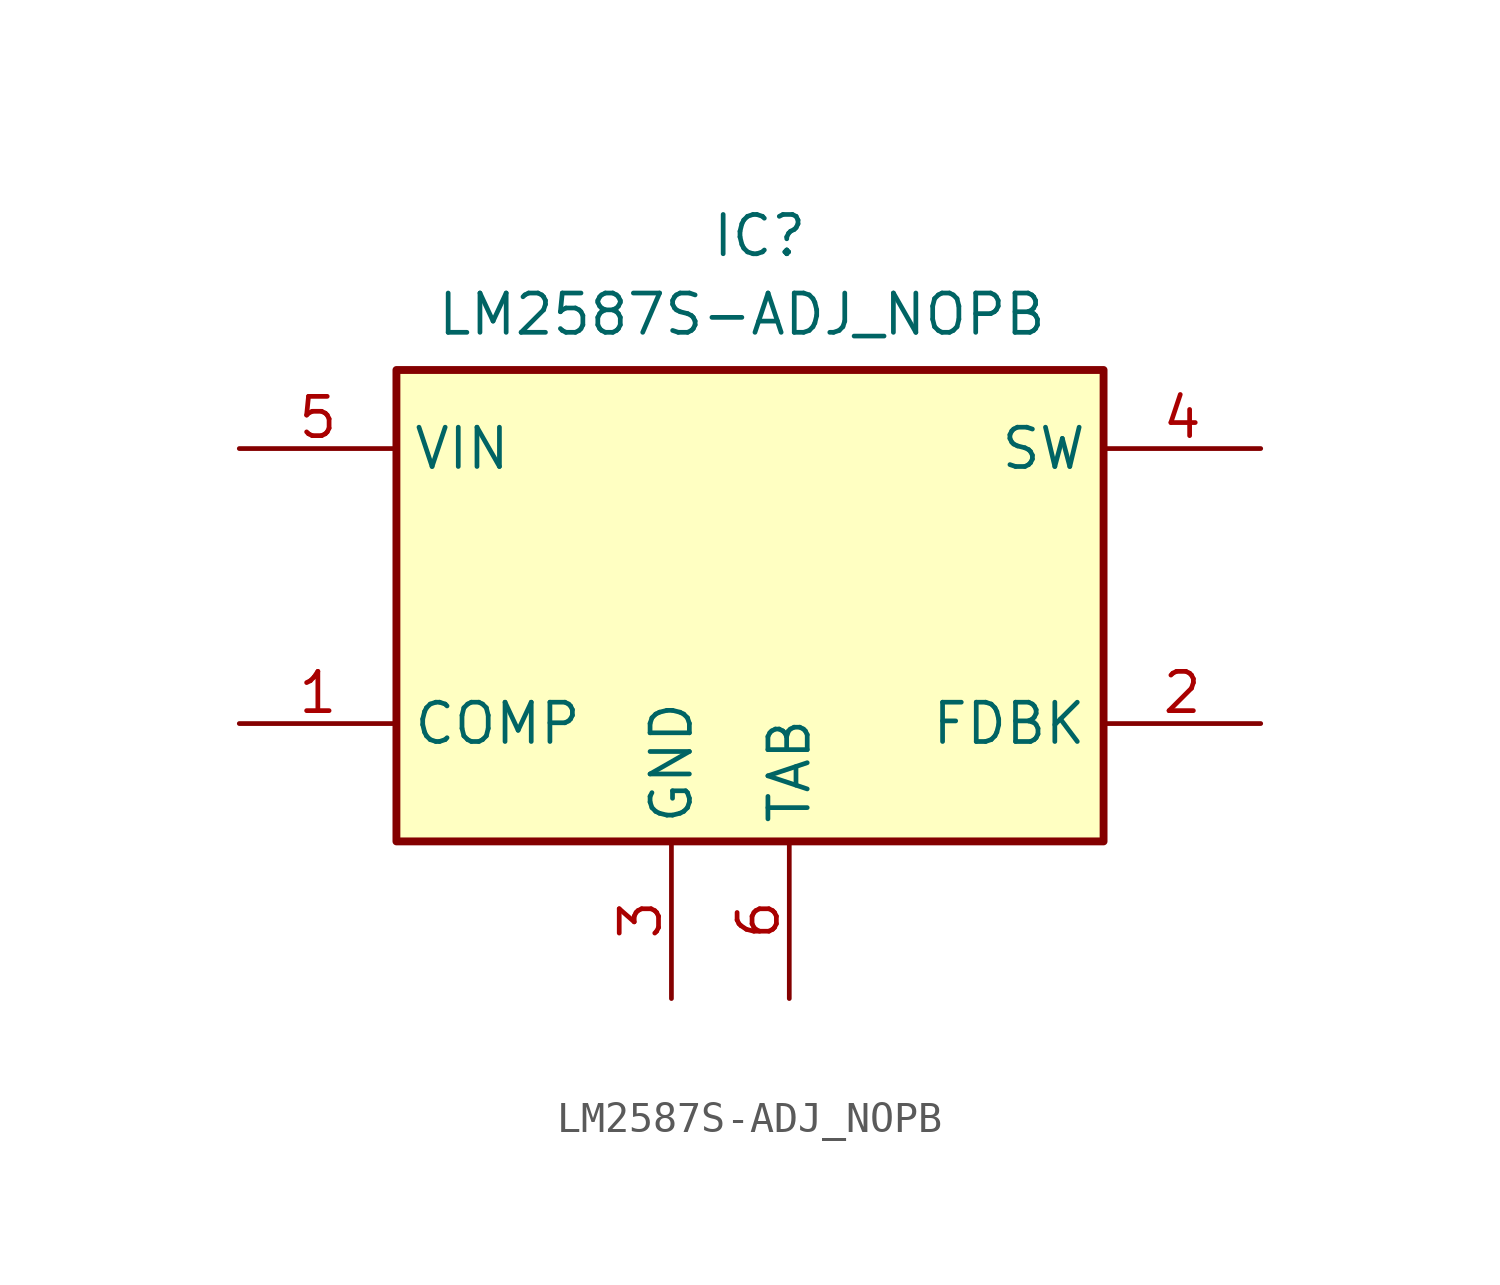
<source format=kicad_sym>
(kicad_symbol_lib
  (version 20220914)
  (generator kicad_symbol_editor)
  (symbol "LM2587S-ADJ_NOPB"
    (property "Reference" "IC"
      (at -1.27 12.7 0)
      (effects (font (size 1.27 1.27)) (justify left top)))
    (property "Value" "LM2587S-ADJ_NOPB"
      (at -10.16 10.16 0)
      (effects (font (size 1.27 1.27)) (justify left top)))
    (symbol "LM2587S-ADJ_NOPB_1_1"
      (rectangle (start -11.43 7.62) (end 11.43 -7.62) (stroke (width 0.254) (type default)) (fill (type background)))
      (pin passive line (at -16.51 -3.81 0) (length 5.08) (name "COMP" (effects (font (size 1.27 1.27)))) (number "1" (effects (font (size 1.27 1.27)))))
      (pin passive line (at 16.51 -3.81 180) (length 5.08) (name "FDBK" (effects (font (size 1.27 1.27)))) (number "2" (effects (font (size 1.27 1.27)))))
      (pin passive line (at -2.54 -12.7 90) (length 5.08) (name "GND" (effects (font (size 1.27 1.27)))) (number "3" (effects (font (size 1.27 1.27)))))
      (pin passive line (at 16.51 5.08 180) (length 5.08) (name "SW" (effects (font (size 1.27 1.27)))) (number "4" (effects (font (size 1.27 1.27)))))
      (pin input line (at -16.51 5.08 0) (length 5.08) (name "VIN" (effects (font (size 1.27 1.27)))) (number "5" (effects (font (size 1.27 1.27)))))
      (pin passive line (at 1.27 -12.7 90) (length 5.08) (name "TAB" (effects (font (size 1.27 1.27)))) (number "6" (effects (font (size 1.27 1.27))))))))
</source>
